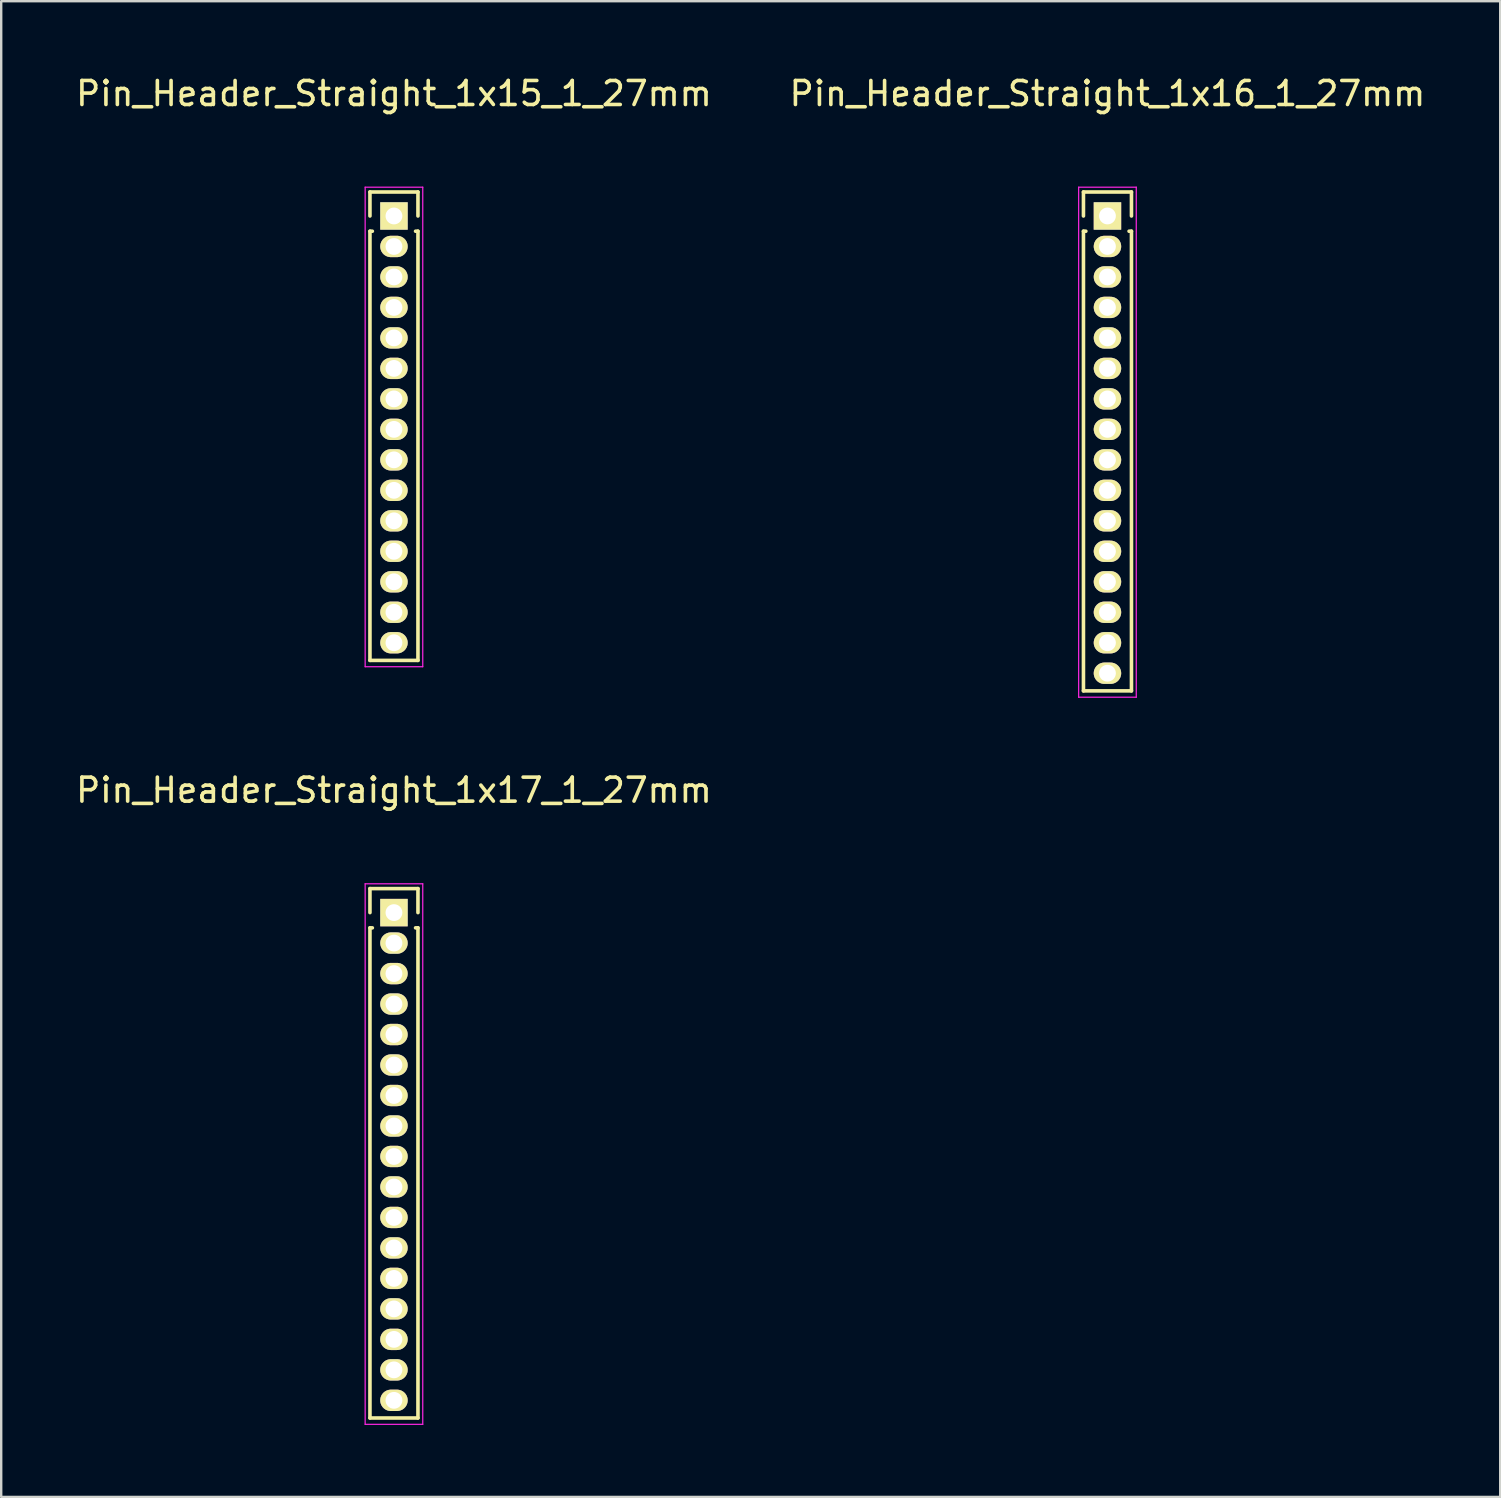
<source format=kicad_pcb>
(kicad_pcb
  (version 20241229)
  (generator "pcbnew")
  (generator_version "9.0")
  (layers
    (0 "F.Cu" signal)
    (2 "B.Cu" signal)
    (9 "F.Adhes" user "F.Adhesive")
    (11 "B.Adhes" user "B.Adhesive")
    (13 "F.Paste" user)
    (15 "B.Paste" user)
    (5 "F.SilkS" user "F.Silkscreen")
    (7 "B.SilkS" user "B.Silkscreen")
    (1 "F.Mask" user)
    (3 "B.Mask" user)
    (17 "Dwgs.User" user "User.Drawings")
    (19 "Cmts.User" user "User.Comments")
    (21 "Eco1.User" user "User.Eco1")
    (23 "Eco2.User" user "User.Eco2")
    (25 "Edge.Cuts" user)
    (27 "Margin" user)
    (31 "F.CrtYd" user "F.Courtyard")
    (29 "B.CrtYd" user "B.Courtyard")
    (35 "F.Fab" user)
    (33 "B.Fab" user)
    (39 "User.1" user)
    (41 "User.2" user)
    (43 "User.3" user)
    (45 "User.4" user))
  (footprint "Pin_Header_Straight_1x15_1_27mm"
    (layer "F.Cu")
    (at 13.363 5.948)
    (property "Reference" "Pin_Header_Straight_1x15_1_27mm" (at 0 -5.1 0) (layer "F.SilkS") (effects (font (size 1 1) (thickness 0.15))))
    (attr through_hole)
    (fp_line (start -1 -1) (end 1 -1) (stroke (width 0.15) (type solid)) (layer "F.SilkS"))
    (fp_line (start -1 0) (end -1 -1) (stroke (width 0.15) (type solid)) (layer "F.SilkS"))
    (fp_line (start -1 0.635) (end -1 18.515) (stroke (width 0.15) (type solid)) (layer "F.SilkS"))
    (fp_line (start -1 18.515) (end 1 18.515) (stroke (width 0.15) (type solid)) (layer "F.SilkS"))
    (fp_line (start -0.9 0.635) (end -1 0.635) (stroke (width 0.15) (type solid)) (layer "F.SilkS"))
    (fp_line (start 0.9 0.635) (end 1 0.635) (stroke (width 0.15) (type solid)) (layer "F.SilkS"))
    (fp_line (start 1 -1) (end 1 0) (stroke (width 0.15) (type solid)) (layer "F.SilkS"))
    (fp_line (start 1 0.635) (end 1 18.515) (stroke (width 0.15) (type solid)) (layer "F.SilkS"))
    (fp_line (start -1.2 -1.2) (end -1.2 18.78) (stroke (width 0.05) (type solid)) (layer "F.CrtYd"))
    (fp_line (start -1.2 -1.2) (end 1.2 -1.2) (stroke (width 0.05) (type solid)) (layer "F.CrtYd"))
    (fp_line (start -1.2 18.78) (end 1.2 18.78) (stroke (width 0.05) (type solid)) (layer "F.CrtYd"))
    (fp_line (start 1.2 -1.2) (end 1.2 18.78) (stroke (width 0.05) (type solid)) (layer "F.CrtYd"))
    (pad "1" thru_hole rect (at 0 0) (size 1.143 1.143) (drill 0.7) (layers "*.Cu" "*.Mask" "F.SilkS"))
    (pad "2" thru_hole oval (at 0 1.27) (size 1.143 0.889) (drill 0.7) (layers "*.Cu" "*.Mask" "F.SilkS"))
    (pad "3" thru_hole oval (at 0 2.54) (size 1.143 0.889) (drill 0.7) (layers "*.Cu" "*.Mask" "F.SilkS"))
    (pad "4" thru_hole oval (at 0 3.81) (size 1.143 0.889) (drill 0.7) (layers "*.Cu" "*.Mask" "F.SilkS"))
    (pad "5" thru_hole oval (at 0 5.08) (size 1.143 0.889) (drill 0.7) (layers "*.Cu" "*.Mask" "F.SilkS"))
    (pad "6" thru_hole oval (at 0 6.35) (size 1.143 0.889) (drill 0.7) (layers "*.Cu" "*.Mask" "F.SilkS"))
    (pad "7" thru_hole oval (at 0 7.62) (size 1.143 0.889) (drill 0.7) (layers "*.Cu" "*.Mask" "F.SilkS"))
    (pad "8" thru_hole oval (at 0 8.89) (size 1.143 0.889) (drill 0.7) (layers "*.Cu" "*.Mask" "F.SilkS"))
    (pad "9" thru_hole oval (at 0 10.16) (size 1.143 0.889) (drill 0.7) (layers "*.Cu" "*.Mask" "F.SilkS"))
    (pad "10" thru_hole oval (at 0 11.43) (size 1.143 0.889) (drill 0.7) (layers "*.Cu" "*.Mask" "F.SilkS"))
    (pad "11" thru_hole oval (at 0 12.7) (size 1.143 0.889) (drill 0.7) (layers "*.Cu" "*.Mask" "F.SilkS"))
    (pad "12" thru_hole oval (at 0 13.97) (size 1.143 0.889) (drill 0.7) (layers "*.Cu" "*.Mask" "F.SilkS"))
    (pad "13" thru_hole oval (at 0 15.24) (size 1.143 0.889) (drill 0.7) (layers "*.Cu" "*.Mask" "F.SilkS"))
    (pad "14" thru_hole oval (at 0 16.51) (size 1.143 0.889) (drill 0.7) (layers "*.Cu" "*.Mask" "F.SilkS"))
    (pad "15" thru_hole oval (at 0 17.78) (size 1.143 0.889) (drill 0.7) (layers "*.Cu" "*.Mask" "F.SilkS")))
  (footprint "Pin_Header_Straight_1x17_1_27mm"
    (layer "F.Cu")
    (at 13.363 34.971)
    (property "Reference" "Pin_Header_Straight_1x17_1_27mm" (at 0 -5.1 0) (layer "F.SilkS") (effects (font (size 1 1) (thickness 0.15))))
    (attr through_hole)
    (fp_line (start -1 -1) (end 1 -1) (stroke (width 0.15) (type solid)) (layer "F.SilkS"))
    (fp_line (start -1 0) (end -1 -1) (stroke (width 0.15) (type solid)) (layer "F.SilkS"))
    (fp_line (start -1 0.635) (end -1 21.055) (stroke (width 0.15) (type solid)) (layer "F.SilkS"))
    (fp_line (start -1 21.055) (end 1 21.055) (stroke (width 0.15) (type solid)) (layer "F.SilkS"))
    (fp_line (start -0.9 0.635) (end -1 0.635) (stroke (width 0.15) (type solid)) (layer "F.SilkS"))
    (fp_line (start 0.9 0.635) (end 1 0.635) (stroke (width 0.15) (type solid)) (layer "F.SilkS"))
    (fp_line (start 1 -1) (end 1 0) (stroke (width 0.15) (type solid)) (layer "F.SilkS"))
    (fp_line (start 1 0.635) (end 1 21.055) (stroke (width 0.15) (type solid)) (layer "F.SilkS"))
    (fp_line (start -1.2 -1.2) (end -1.2 21.32) (stroke (width 0.05) (type solid)) (layer "F.CrtYd"))
    (fp_line (start -1.2 -1.2) (end 1.2 -1.2) (stroke (width 0.05) (type solid)) (layer "F.CrtYd"))
    (fp_line (start -1.2 21.32) (end 1.2 21.32) (stroke (width 0.05) (type solid)) (layer "F.CrtYd"))
    (fp_line (start 1.2 -1.2) (end 1.2 21.32) (stroke (width 0.05) (type solid)) (layer "F.CrtYd"))
    (pad "1" thru_hole rect (at 0 0) (size 1.143 1.143) (drill 0.7) (layers "*.Cu" "*.Mask" "F.SilkS"))
    (pad "2" thru_hole oval (at 0 1.27) (size 1.143 0.889) (drill 0.7) (layers "*.Cu" "*.Mask" "F.SilkS"))
    (pad "3" thru_hole oval (at 0 2.54) (size 1.143 0.889) (drill 0.7) (layers "*.Cu" "*.Mask" "F.SilkS"))
    (pad "4" thru_hole oval (at 0 3.81) (size 1.143 0.889) (drill 0.7) (layers "*.Cu" "*.Mask" "F.SilkS"))
    (pad "5" thru_hole oval (at 0 5.08) (size 1.143 0.889) (drill 0.7) (layers "*.Cu" "*.Mask" "F.SilkS"))
    (pad "6" thru_hole oval (at 0 6.35) (size 1.143 0.889) (drill 0.7) (layers "*.Cu" "*.Mask" "F.SilkS"))
    (pad "7" thru_hole oval (at 0 7.62) (size 1.143 0.889) (drill 0.7) (layers "*.Cu" "*.Mask" "F.SilkS"))
    (pad "8" thru_hole oval (at 0 8.89) (size 1.143 0.889) (drill 0.7) (layers "*.Cu" "*.Mask" "F.SilkS"))
    (pad "9" thru_hole oval (at 0 10.16) (size 1.143 0.889) (drill 0.7) (layers "*.Cu" "*.Mask" "F.SilkS"))
    (pad "10" thru_hole oval (at 0 11.43) (size 1.143 0.889) (drill 0.7) (layers "*.Cu" "*.Mask" "F.SilkS"))
    (pad "11" thru_hole oval (at 0 12.7) (size 1.143 0.889) (drill 0.7) (layers "*.Cu" "*.Mask" "F.SilkS"))
    (pad "12" thru_hole oval (at 0 13.97) (size 1.143 0.889) (drill 0.7) (layers "*.Cu" "*.Mask" "F.SilkS"))
    (pad "13" thru_hole oval (at 0 15.24) (size 1.143 0.889) (drill 0.7) (layers "*.Cu" "*.Mask" "F.SilkS"))
    (pad "14" thru_hole oval (at 0 16.51) (size 1.143 0.889) (drill 0.7) (layers "*.Cu" "*.Mask" "F.SilkS"))
    (pad "15" thru_hole oval (at 0 17.78) (size 1.143 0.889) (drill 0.7) (layers "*.Cu" "*.Mask" "F.SilkS"))
    (pad "16" thru_hole oval (at 0 19.05) (size 1.143 0.889) (drill 0.7) (layers "*.Cu" "*.Mask" "F.SilkS"))
    (pad "17" thru_hole oval (at 0 20.32) (size 1.143 0.889) (drill 0.7) (layers "*.Cu" "*.Mask" "F.SilkS")))
  (footprint "Pin_Header_Straight_1x16_1_27mm"
    (layer "F.Cu")
    (at 43.089 5.948)
    (property "Reference" "Pin_Header_Straight_1x16_1_27mm" (at 0 -5.1 0) (layer "F.SilkS") (effects (font (size 1 1) (thickness 0.15))))
    (attr through_hole)
    (fp_line (start -1 -1) (end 1 -1) (stroke (width 0.15) (type solid)) (layer "F.SilkS"))
    (fp_line (start -1 0) (end -1 -1) (stroke (width 0.15) (type solid)) (layer "F.SilkS"))
    (fp_line (start -1 0.635) (end -1 19.785) (stroke (width 0.15) (type solid)) (layer "F.SilkS"))
    (fp_line (start -1 19.785) (end 1 19.785) (stroke (width 0.15) (type solid)) (layer "F.SilkS"))
    (fp_line (start -0.9 0.635) (end -1 0.635) (stroke (width 0.15) (type solid)) (layer "F.SilkS"))
    (fp_line (start 0.9 0.635) (end 1 0.635) (stroke (width 0.15) (type solid)) (layer "F.SilkS"))
    (fp_line (start 1 -1) (end 1 0) (stroke (width 0.15) (type solid)) (layer "F.SilkS"))
    (fp_line (start 1 0.635) (end 1 19.785) (stroke (width 0.15) (type solid)) (layer "F.SilkS"))
    (fp_line (start -1.2 -1.2) (end -1.2 20.05) (stroke (width 0.05) (type solid)) (layer "F.CrtYd"))
    (fp_line (start -1.2 -1.2) (end 1.2 -1.2) (stroke (width 0.05) (type solid)) (layer "F.CrtYd"))
    (fp_line (start -1.2 20.05) (end 1.2 20.05) (stroke (width 0.05) (type solid)) (layer "F.CrtYd"))
    (fp_line (start 1.2 -1.2) (end 1.2 20.05) (stroke (width 0.05) (type solid)) (layer "F.CrtYd"))
    (pad "1" thru_hole rect (at 0 0) (size 1.143 1.143) (drill 0.7) (layers "*.Cu" "*.Mask" "F.SilkS"))
    (pad "2" thru_hole oval (at 0 1.27) (size 1.143 0.889) (drill 0.7) (layers "*.Cu" "*.Mask" "F.SilkS"))
    (pad "3" thru_hole oval (at 0 2.54) (size 1.143 0.889) (drill 0.7) (layers "*.Cu" "*.Mask" "F.SilkS"))
    (pad "4" thru_hole oval (at 0 3.81) (size 1.143 0.889) (drill 0.7) (layers "*.Cu" "*.Mask" "F.SilkS"))
    (pad "5" thru_hole oval (at 0 5.08) (size 1.143 0.889) (drill 0.7) (layers "*.Cu" "*.Mask" "F.SilkS"))
    (pad "6" thru_hole oval (at 0 6.35) (size 1.143 0.889) (drill 0.7) (layers "*.Cu" "*.Mask" "F.SilkS"))
    (pad "7" thru_hole oval (at 0 7.62) (size 1.143 0.889) (drill 0.7) (layers "*.Cu" "*.Mask" "F.SilkS"))
    (pad "8" thru_hole oval (at 0 8.89) (size 1.143 0.889) (drill 0.7) (layers "*.Cu" "*.Mask" "F.SilkS"))
    (pad "9" thru_hole oval (at 0 10.16) (size 1.143 0.889) (drill 0.7) (layers "*.Cu" "*.Mask" "F.SilkS"))
    (pad "10" thru_hole oval (at 0 11.43) (size 1.143 0.889) (drill 0.7) (layers "*.Cu" "*.Mask" "F.SilkS"))
    (pad "11" thru_hole oval (at 0 12.7) (size 1.143 0.889) (drill 0.7) (layers "*.Cu" "*.Mask" "F.SilkS"))
    (pad "12" thru_hole oval (at 0 13.97) (size 1.143 0.889) (drill 0.7) (layers "*.Cu" "*.Mask" "F.SilkS"))
    (pad "13" thru_hole oval (at 0 15.24) (size 1.143 0.889) (drill 0.7) (layers "*.Cu" "*.Mask" "F.SilkS"))
    (pad "14" thru_hole oval (at 0 16.51) (size 1.143 0.889) (drill 0.7) (layers "*.Cu" "*.Mask" "F.SilkS"))
    (pad "15" thru_hole oval (at 0 17.78) (size 1.143 0.889) (drill 0.7) (layers "*.Cu" "*.Mask" "F.SilkS"))
    (pad "16" thru_hole oval (at 0 19.05) (size 1.143 0.889) (drill 0.7) (layers "*.Cu" "*.Mask" "F.SilkS")))
  (gr_rect
    (start -3 -3)
    (end 59.452 59.316)
    (stroke (width 0.1) (type default))
    (fill no)
    (layer "Edge.Cuts")))
</source>
